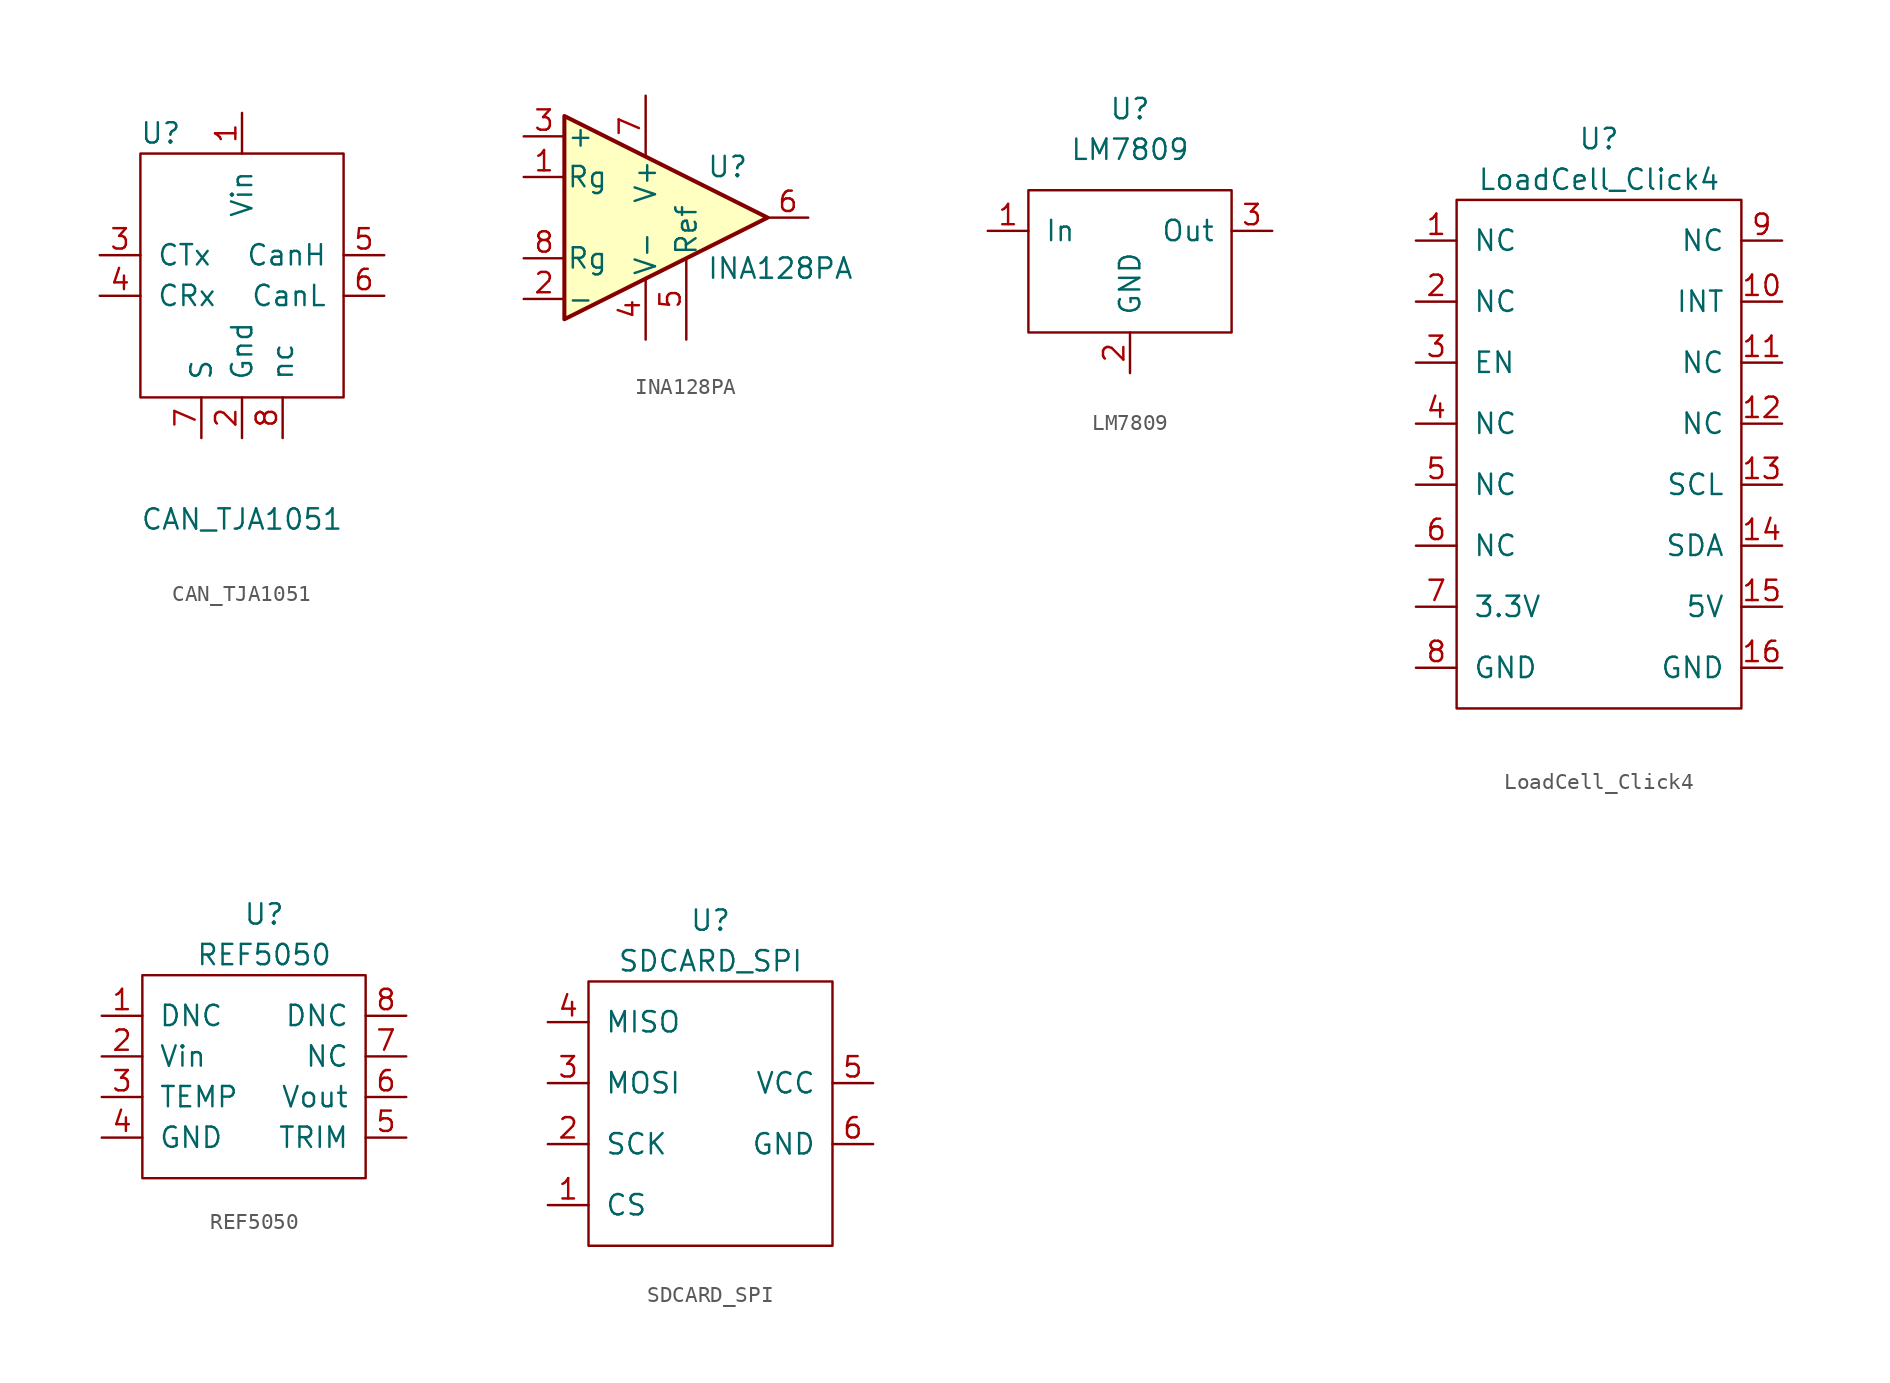
<source format=kicad_sym>
(kicad_symbol_lib
  (version 20231120)
  (generator "kicad_symbol_editor")
  (generator_version "8.0")
  (symbol "CAN_TJA1051"
    (pin_names
      (offset 1.016))
    (property "Reference" "U"
      (at -5.08 8.89 0)
      (effects (font (size 1.27 1.27))))
    (property "Value" "CAN_TJA1051"
      (at 0 -15.24 0)
      (effects (font (size 1.27 1.27))))
    (symbol "CAN_TJA1051_0_1"
      (rectangle (start -6.35 7.62) (end 6.35 -7.62) (stroke (width 0) (type solid)) (fill (type none))))
    (symbol "CAN_TJA1051_1_1"
      (pin input line (at 0 10.16 270) (length 2.54) (name "Vin" (effects (font (size 1.27 1.27)))) (number "1" (effects (font (size 1.27 1.27)))))
      (pin input line (at 0 -10.16 90) (length 2.54) (name "Gnd" (effects (font (size 1.27 1.27)))) (number "2" (effects (font (size 1.27 1.27)))))
      (pin input line (at -8.89 1.27 0) (length 2.54) (name "CTx" (effects (font (size 1.27 1.27)))) (number "3" (effects (font (size 1.27 1.27)))))
      (pin input line (at -8.89 -1.27 0) (length 2.54) (name "CRx" (effects (font (size 1.27 1.27)))) (number "4" (effects (font (size 1.27 1.27)))))
      (pin input line (at 8.89 1.27 180) (length 2.54) (name "CanH" (effects (font (size 1.27 1.27)))) (number "5" (effects (font (size 1.27 1.27)))))
      (pin input line (at 8.89 -1.27 180) (length 2.54) (name "CanL" (effects (font (size 1.27 1.27)))) (number "6" (effects (font (size 1.27 1.27)))))
      (pin input line (at -2.54 -10.16 90) (length 2.54) (name "S" (effects (font (size 1.27 1.27)))) (number "7" (effects (font (size 1.27 1.27)))))
      (pin input line (at 2.54 -10.16 90) (length 2.54) (name "nc" (effects (font (size 1.27 1.27)))) (number "8" (effects (font (size 1.27 1.27)))))))
  (symbol "INA128PA"
    (pin_names
      (offset 0.127))
    (property "Reference" "U"
      (at 3.81 3.175 0)
      (effects (font (size 1.27 1.27)) (justify left)))
    (property "Value" "INA128PA"
      (at 3.81 -3.175 0)
      (effects (font (size 1.27 1.27)) (justify left)))
    (symbol "INA128PA_0_1"
      (polyline (pts (xy 7.62 0) (xy -5.08 6.35) (xy -5.08 -6.35) (xy 7.62 0)) (stroke (width 0.254) (type solid)) (fill (type background))))
    (symbol "INA128PA_1_1"
      (pin passive line (at -7.62 2.54 0) (length 2.54) (name "Rg" (effects (font (size 1.27 1.27)))) (number "1" (effects (font (size 1.27 1.27)))))
      (pin input line (at -7.62 -5.08 0) (length 2.54) (name "-" (effects (font (size 1.27 1.27)))) (number "2" (effects (font (size 1.27 1.27)))))
      (pin input line (at -7.62 5.08 0) (length 2.54) (name "+" (effects (font (size 1.27 1.27)))) (number "3" (effects (font (size 1.27 1.27)))))
      (pin power_in line (at 0 -7.62 90) (length 3.81) (name "V-" (effects (font (size 1.27 1.27)))) (number "4" (effects (font (size 1.27 1.27)))))
      (pin input line (at 2.54 -7.62 90) (length 5.08) (name "Ref" (effects (font (size 1.27 1.27)))) (number "5" (effects (font (size 1.27 1.27)))))
      (pin output line (at 10.16 0 180) (length 2.54) (name "~" (effects (font (size 1.27 1.27)))) (number "6" (effects (font (size 1.27 1.27)))))
      (pin power_in line (at 0 7.62 270) (length 3.81) (name "V+" (effects (font (size 1.27 1.27)))) (number "7" (effects (font (size 1.27 1.27)))))
      (pin passive line (at -7.62 -2.54 0) (length 2.54) (name "Rg" (effects (font (size 1.27 1.27)))) (number "8" (effects (font (size 1.27 1.27)))))))
  (symbol "LM7809"
    (pin_names
      (offset 1.016))
    (property "Reference" "U"
      (at 0 5.08 0)
      (effects (font (size 1.27 1.27))))
    (property "Value" "LM7809"
      (at 0 2.54 0)
      (effects (font (size 1.27 1.27))))
    (symbol "LM7809_0_1"
      (rectangle (start -6.35 0) (end 6.35 -8.89) (stroke (width 0) (type solid)) (fill (type none))))
    (symbol "LM7809_1_1"
      (pin input line (at -8.89 -2.54 0) (length 2.54) (name "In" (effects (font (size 1.27 1.27)))) (number "1" (effects (font (size 1.27 1.27)))))
      (pin input line (at 0 -11.43 90) (length 2.54) (name "GND" (effects (font (size 1.27 1.27)))) (number "2" (effects (font (size 1.27 1.27)))))
      (pin input line (at 8.89 -2.54 180) (length 2.54) (name "Out" (effects (font (size 1.27 1.27)))) (number "3" (effects (font (size 1.27 1.27)))))))
  (symbol "LoadCell_Click4"
    (pin_names
      (offset 1.016))
    (property "Reference" "U"
      (at 0 2.54 0)
      (effects (font (size 1.27 1.27))))
    (property "Value" "LoadCell_Click4"
      (at 0 0 0)
      (effects (font (size 1.27 1.27))))
    (symbol "LoadCell_Click4_0_1"
      (rectangle (start -8.89 -1.27) (end 8.89 -33.02) (stroke (width 0) (type solid)) (fill (type none))))
    (symbol "LoadCell_Click4_1_1"
      (pin input line (at -11.43 -3.81 0) (length 2.54) (name "NC" (effects (font (size 1.27 1.27)))) (number "1" (effects (font (size 1.27 1.27)))))
      (pin input line (at 11.43 -7.62 180) (length 2.54) (name "INT" (effects (font (size 1.27 1.27)))) (number "10" (effects (font (size 1.27 1.27)))))
      (pin input line (at 11.43 -11.43 180) (length 2.54) (name "NC" (effects (font (size 1.27 1.27)))) (number "11" (effects (font (size 1.27 1.27)))))
      (pin input line (at 11.43 -15.24 180) (length 2.54) (name "NC" (effects (font (size 1.27 1.27)))) (number "12" (effects (font (size 1.27 1.27)))))
      (pin input line (at 11.43 -19.05 180) (length 2.54) (name "SCL" (effects (font (size 1.27 1.27)))) (number "13" (effects (font (size 1.27 1.27)))))
      (pin input line (at 11.43 -22.86 180) (length 2.54) (name "SDA" (effects (font (size 1.27 1.27)))) (number "14" (effects (font (size 1.27 1.27)))))
      (pin input line (at 11.43 -26.67 180) (length 2.54) (name "5V" (effects (font (size 1.27 1.27)))) (number "15" (effects (font (size 1.27 1.27)))))
      (pin input line (at 11.43 -30.48 180) (length 2.54) (name "GND" (effects (font (size 1.27 1.27)))) (number "16" (effects (font (size 1.27 1.27)))))
      (pin input line (at -11.43 -7.62 0) (length 2.54) (name "NC" (effects (font (size 1.27 1.27)))) (number "2" (effects (font (size 1.27 1.27)))))
      (pin input line (at -11.43 -11.43 0) (length 2.54) (name "EN" (effects (font (size 1.27 1.27)))) (number "3" (effects (font (size 1.27 1.27)))))
      (pin input line (at -11.43 -15.24 0) (length 2.54) (name "NC" (effects (font (size 1.27 1.27)))) (number "4" (effects (font (size 1.27 1.27)))))
      (pin input line (at -11.43 -19.05 0) (length 2.54) (name "NC" (effects (font (size 1.27 1.27)))) (number "5" (effects (font (size 1.27 1.27)))))
      (pin input line (at -11.43 -22.86 0) (length 2.54) (name "NC" (effects (font (size 1.27 1.27)))) (number "6" (effects (font (size 1.27 1.27)))))
      (pin input line (at -11.43 -26.67 0) (length 2.54) (name "3.3V" (effects (font (size 1.27 1.27)))) (number "7" (effects (font (size 1.27 1.27)))))
      (pin input line (at -11.43 -30.48 0) (length 2.54) (name "GND" (effects (font (size 1.27 1.27)))) (number "8" (effects (font (size 1.27 1.27)))))
      (pin input line (at 11.43 -3.81 180) (length 2.54) (name "NC" (effects (font (size 1.27 1.27)))) (number "9" (effects (font (size 1.27 1.27)))))))
  (symbol "REF5050"
    (pin_names
      (offset 1.016))
    (property "Reference" "U"
      (at 0 5.08 0)
      (effects (font (size 1.27 1.27))))
    (property "Value" "REF5050"
      (at 0 2.54 0)
      (effects (font (size 1.27 1.27))))
    (symbol "REF5050_0_1"
      (rectangle (start -7.62 1.27) (end 6.35 -11.43) (stroke (width 0) (type solid)) (fill (type none))))
    (symbol "REF5050_1_1"
      (pin input line (at -10.16 -1.27 0) (length 2.54) (name "DNC" (effects (font (size 1.27 1.27)))) (number "1" (effects (font (size 1.27 1.27)))))
      (pin input line (at -10.16 -3.81 0) (length 2.54) (name "Vin" (effects (font (size 1.27 1.27)))) (number "2" (effects (font (size 1.27 1.27)))))
      (pin input line (at -10.16 -6.35 0) (length 2.54) (name "TEMP" (effects (font (size 1.27 1.27)))) (number "3" (effects (font (size 1.27 1.27)))))
      (pin input line (at -10.16 -8.89 0) (length 2.54) (name "GND" (effects (font (size 1.27 1.27)))) (number "4" (effects (font (size 1.27 1.27)))))
      (pin input line (at 8.89 -8.89 180) (length 2.54) (name "TRIM" (effects (font (size 1.27 1.27)))) (number "5" (effects (font (size 1.27 1.27)))))
      (pin input line (at 8.89 -6.35 180) (length 2.54) (name "Vout" (effects (font (size 1.27 1.27)))) (number "6" (effects (font (size 1.27 1.27)))))
      (pin input line (at 8.89 -3.81 180) (length 2.54) (name "NC" (effects (font (size 1.27 1.27)))) (number "7" (effects (font (size 1.27 1.27)))))
      (pin input line (at 8.89 -1.27 180) (length 2.54) (name "DNC" (effects (font (size 1.27 1.27)))) (number "8" (effects (font (size 1.27 1.27)))))))
  (symbol "SDCARD_SPI"
    (pin_names
      (offset 1.016))
    (property "Reference" "U"
      (at 0 6.35 0)
      (effects (font (size 1.27 1.27))))
    (property "Value" "SDCARD_SPI"
      (at 0 3.81 0)
      (effects (font (size 1.27 1.27))))
    (symbol "SDCARD_SPI_0_1"
      (rectangle (start -7.62 2.54) (end 7.62 -13.97) (stroke (width 0) (type solid)) (fill (type none))))
    (symbol "SDCARD_SPI_1_1"
      (pin input line (at -10.16 -11.43 0) (length 2.54) (name "CS" (effects (font (size 1.27 1.27)))) (number "1" (effects (font (size 1.27 1.27)))))
      (pin input line (at -10.16 -7.62 0) (length 2.54) (name "SCK" (effects (font (size 1.27 1.27)))) (number "2" (effects (font (size 1.27 1.27)))))
      (pin input line (at -10.16 -3.81 0) (length 2.54) (name "MOSI" (effects (font (size 1.27 1.27)))) (number "3" (effects (font (size 1.27 1.27)))))
      (pin input line (at -10.16 0 0) (length 2.54) (name "MISO" (effects (font (size 1.27 1.27)))) (number "4" (effects (font (size 1.27 1.27)))))
      (pin input line (at 10.16 -3.81 180) (length 2.54) (name "VCC" (effects (font (size 1.27 1.27)))) (number "5" (effects (font (size 1.27 1.27)))))
      (pin input line (at 10.16 -7.62 180) (length 2.54) (name "GND" (effects (font (size 1.27 1.27)))) (number "6" (effects (font (size 1.27 1.27))))))))
</source>
